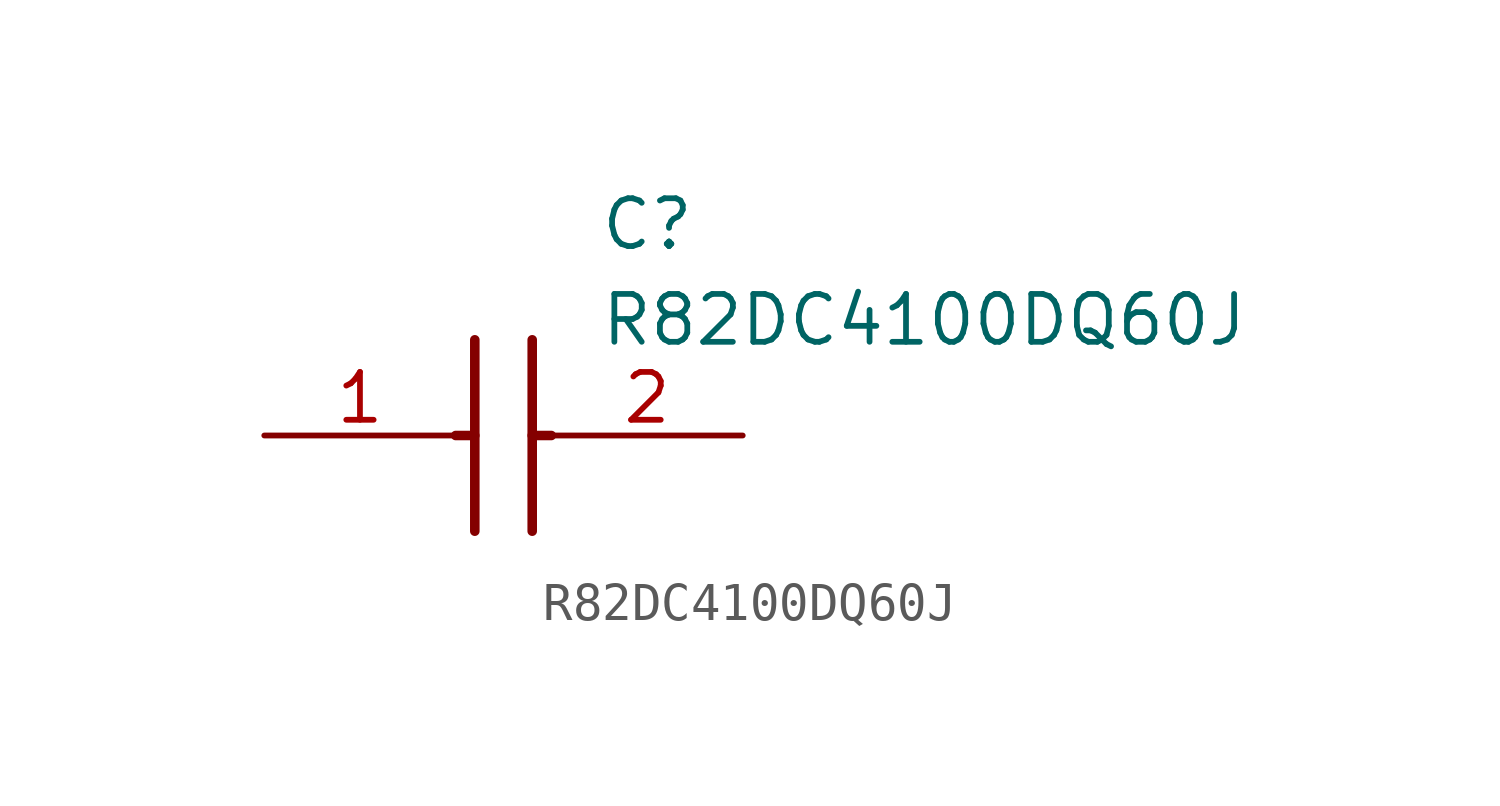
<source format=kicad_sym>
(kicad_symbol_lib
  (version 20211014)
  (generator SamacSys_ECAD_Model)
  (symbol "R82DC4100DQ60J"
    (pin_names hide)
    (property "Reference" "C"
      (at 8.89 6.35 0)
      (effects (font (size 1.27 1.27)) (justify left top)))
    (property "Value" "R82DC4100DQ60J"
      (at 8.89 3.81 0)
      (effects (font (size 1.27 1.27)) (justify left top)))
    (polyline
      (pts (xy 5.588 2.54) (xy 5.588 -2.54))
      (stroke (width 0.254) (type default))
      (fill (type none)))
    (polyline
      (pts (xy 7.112 2.54) (xy 7.112 -2.54))
      (stroke (width 0.254) (type default))
      (fill (type none)))
    (polyline
      (pts (xy 5.08 0) (xy 5.588 0))
      (stroke (width 0.254) (type default))
      (fill (type none)))
    (polyline
      (pts (xy 7.112 0) (xy 7.62 0))
      (stroke (width 0.254) (type default))
      (fill (type none)))
    (pin passive line
      (at 0 0 0)
      (length 5.08)
      (name "1" (effects (font (size 1.27 1.27))))
      (number "1" (effects (font (size 1.27 1.27)))))
    (pin passive line
      (at 12.7 0 180)
      (length 5.08)
      (name "2" (effects (font (size 1.27 1.27))))
      (number "2" (effects (font (size 1.27 1.27)))))))
</source>
